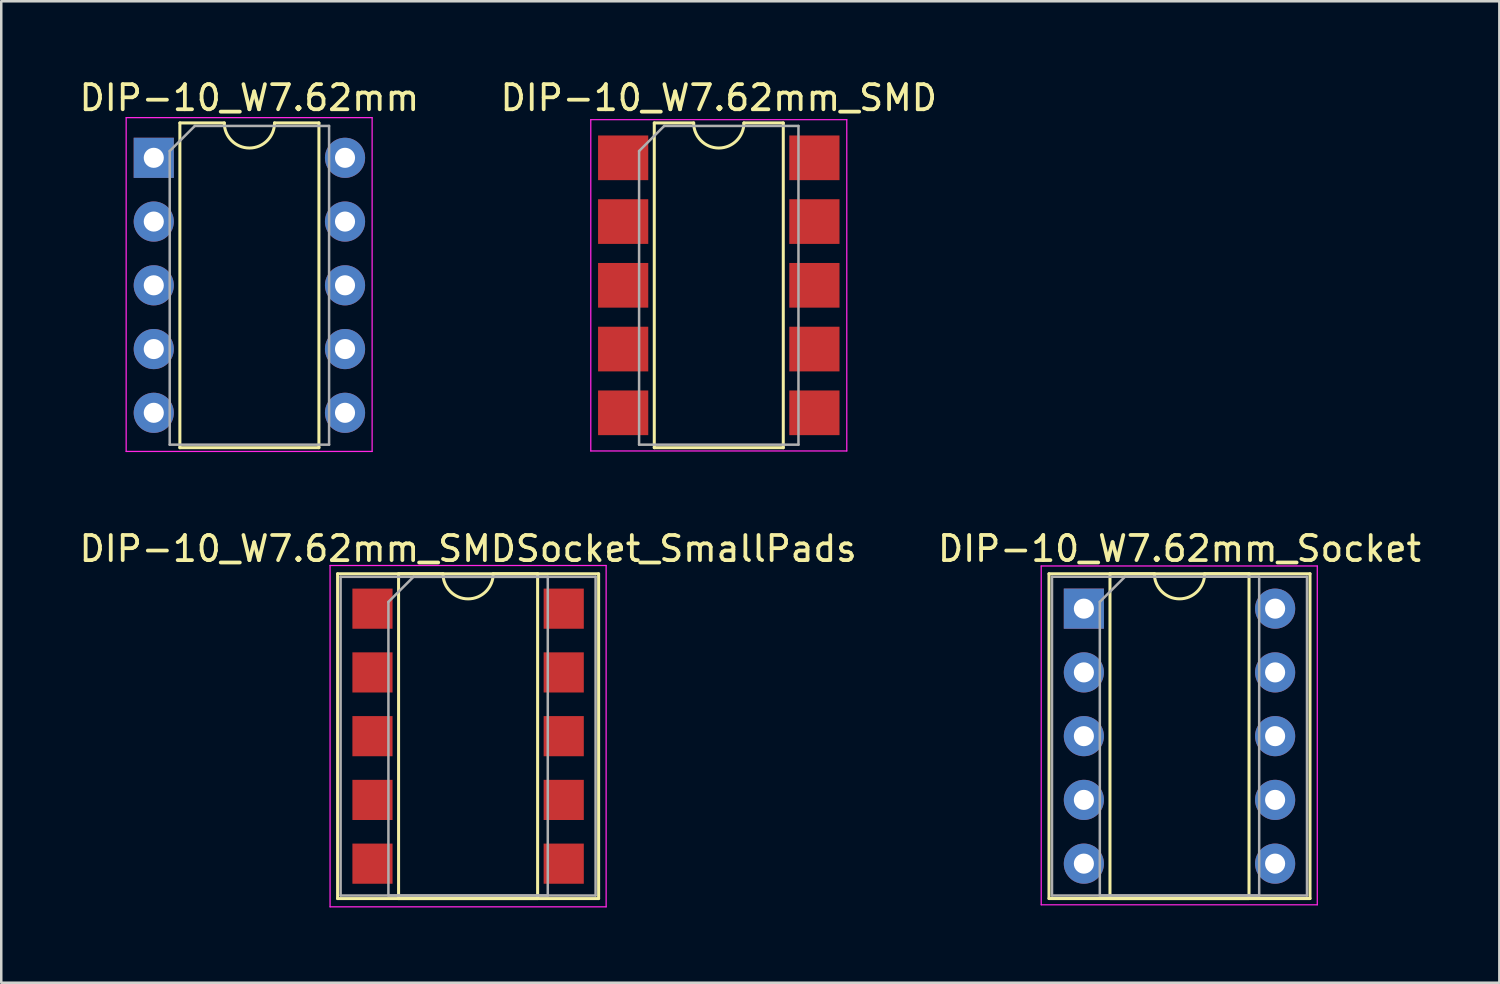
<source format=kicad_pcb>
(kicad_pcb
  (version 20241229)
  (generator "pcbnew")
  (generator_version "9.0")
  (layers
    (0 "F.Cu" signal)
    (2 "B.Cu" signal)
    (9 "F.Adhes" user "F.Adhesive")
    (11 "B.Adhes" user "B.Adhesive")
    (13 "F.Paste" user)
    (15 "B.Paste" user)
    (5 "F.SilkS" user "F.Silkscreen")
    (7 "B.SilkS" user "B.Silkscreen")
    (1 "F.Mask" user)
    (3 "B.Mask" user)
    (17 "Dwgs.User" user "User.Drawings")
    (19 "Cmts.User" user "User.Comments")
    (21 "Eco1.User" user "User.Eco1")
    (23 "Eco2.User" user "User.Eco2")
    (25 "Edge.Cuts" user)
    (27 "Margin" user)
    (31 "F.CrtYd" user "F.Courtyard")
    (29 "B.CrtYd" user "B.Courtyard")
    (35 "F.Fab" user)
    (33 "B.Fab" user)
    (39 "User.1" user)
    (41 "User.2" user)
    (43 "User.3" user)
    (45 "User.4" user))
  (footprint "DIP-10_W7.62mm_SMD"
    (layer "F.Cu")
    (at 25.589 8.318)
    (property "Reference" "DIP-10_W7.62mm_SMD" (at 0 -7.47 0) (layer "F.SilkS") (effects (font (size 1 1) (thickness 0.15))))
    (attr smd)
    (fp_line (start -2.57 -6.47) (end -2.57 6.47) (stroke (width 0.12) (type solid)) (layer "F.SilkS"))
    (fp_line (start -2.57 6.47) (end 2.57 6.47) (stroke (width 0.12) (type solid)) (layer "F.SilkS"))
    (fp_line (start -1 -6.47) (end -2.57 -6.47) (stroke (width 0.12) (type solid)) (layer "F.SilkS"))
    (fp_line (start 2.57 -6.47) (end 1 -6.47) (stroke (width 0.12) (type solid)) (layer "F.SilkS"))
    (fp_line (start 2.57 6.47) (end 2.57 -6.47) (stroke (width 0.12) (type solid)) (layer "F.SilkS"))
    (fp_arc (start 1 -6.47) (mid 0 -5.47) (end -1 -6.47) (stroke (width 0.12) (type solid)) (layer "F.SilkS"))
    (fp_line (start -5.1 -6.6) (end -5.1 6.6) (stroke (width 0.05) (type solid)) (layer "F.CrtYd"))
    (fp_line (start -5.1 6.6) (end 5.1 6.6) (stroke (width 0.05) (type solid)) (layer "F.CrtYd"))
    (fp_line (start 5.1 -6.6) (end -5.1 -6.6) (stroke (width 0.05) (type solid)) (layer "F.CrtYd"))
    (fp_line (start 5.1 6.6) (end 5.1 -6.6) (stroke (width 0.05) (type solid)) (layer "F.CrtYd"))
    (fp_line (start -3.175 -5.35) (end -2.175 -6.35) (stroke (width 0.1) (type solid)) (layer "F.Fab"))
    (fp_line (start -3.175 6.35) (end -3.175 -5.35) (stroke (width 0.1) (type solid)) (layer "F.Fab"))
    (fp_line (start -2.175 -6.35) (end 3.175 -6.35) (stroke (width 0.1) (type solid)) (layer "F.Fab"))
    (fp_line (start 3.175 -6.35) (end 3.175 6.35) (stroke (width 0.1) (type solid)) (layer "F.Fab"))
    (fp_line (start 3.175 6.35) (end -3.175 6.35) (stroke (width 0.1) (type solid)) (layer "F.Fab"))
    (pad "1" smd rect (at -3.81 -5.08) (size 2 1.78) (layers "F.Cu" "F.Mask"))
    (pad "2" smd rect (at -3.81 -2.54) (size 2 1.78) (layers "F.Cu" "F.Mask"))
    (pad "3" smd rect (at -3.81 0) (size 2 1.78) (layers "F.Cu" "F.Mask"))
    (pad "4" smd rect (at -3.81 2.54) (size 2 1.78) (layers "F.Cu" "F.Mask"))
    (pad "5" smd rect (at -3.81 5.08) (size 2 1.78) (layers "F.Cu" "F.Mask"))
    (pad "6" smd rect (at 3.81 5.08) (size 2 1.78) (layers "F.Cu" "F.Mask"))
    (pad "7" smd rect (at 3.81 2.54) (size 2 1.78) (layers "F.Cu" "F.Mask"))
    (pad "8" smd rect (at 3.81 0) (size 2 1.78) (layers "F.Cu" "F.Mask"))
    (pad "9" smd rect (at 3.81 -2.54) (size 2 1.78) (layers "F.Cu" "F.Mask"))
    (pad "10" smd rect (at 3.81 -5.08) (size 2 1.78) (layers "F.Cu" "F.Mask")))
  (footprint "DIP-10_W7.62mm_SMDSocket_SmallPads"
    (layer "F.Cu")
    (at 15.601 26.282)
    (property "Reference" "DIP-10_W7.62mm_SMDSocket_SmallPads" (at 0 -7.47 0) (layer "F.SilkS") (effects (font (size 1 1) (thickness 0.15))))
    (attr smd)
    (fp_line (start -5.2 -6.47) (end -5.2 6.47) (stroke (width 0.12) (type solid)) (layer "F.SilkS"))
    (fp_line (start -5.2 6.47) (end 5.2 6.47) (stroke (width 0.12) (type solid)) (layer "F.SilkS"))
    (fp_line (start -2.77 -6.47) (end -2.77 6.47) (stroke (width 0.12) (type solid)) (layer "F.SilkS"))
    (fp_line (start -2.77 6.47) (end 2.77 6.47) (stroke (width 0.12) (type solid)) (layer "F.SilkS"))
    (fp_line (start -1 -6.47) (end -2.77 -6.47) (stroke (width 0.12) (type solid)) (layer "F.SilkS"))
    (fp_line (start 2.77 -6.47) (end 1 -6.47) (stroke (width 0.12) (type solid)) (layer "F.SilkS"))
    (fp_line (start 2.77 6.47) (end 2.77 -6.47) (stroke (width 0.12) (type solid)) (layer "F.SilkS"))
    (fp_line (start 5.2 -6.47) (end -5.2 -6.47) (stroke (width 0.12) (type solid)) (layer "F.SilkS"))
    (fp_line (start 5.2 6.47) (end 5.2 -6.47) (stroke (width 0.12) (type solid)) (layer "F.SilkS"))
    (fp_arc (start 1 -6.47) (mid 0 -5.47) (end -1 -6.47) (stroke (width 0.12) (type solid)) (layer "F.SilkS"))
    (fp_line (start -5.5 -6.8) (end -5.5 6.8) (stroke (width 0.05) (type solid)) (layer "F.CrtYd"))
    (fp_line (start -5.5 6.8) (end 5.5 6.8) (stroke (width 0.05) (type solid)) (layer "F.CrtYd"))
    (fp_line (start 5.5 -6.8) (end -5.5 -6.8) (stroke (width 0.05) (type solid)) (layer "F.CrtYd"))
    (fp_line (start 5.5 6.8) (end 5.5 -6.8) (stroke (width 0.05) (type solid)) (layer "F.CrtYd"))
    (fp_line (start -5.08 -6.35) (end -5.08 6.35) (stroke (width 0.1) (type solid)) (layer "F.Fab"))
    (fp_line (start -5.08 6.35) (end 5.08 6.35) (stroke (width 0.1) (type solid)) (layer "F.Fab"))
    (fp_line (start -3.175 -5.35) (end -2.175 -6.35) (stroke (width 0.1) (type solid)) (layer "F.Fab"))
    (fp_line (start -3.175 6.35) (end -3.175 -5.35) (stroke (width 0.1) (type solid)) (layer "F.Fab"))
    (fp_line (start -2.175 -6.35) (end 3.175 -6.35) (stroke (width 0.1) (type solid)) (layer "F.Fab"))
    (fp_line (start 3.175 -6.35) (end 3.175 6.35) (stroke (width 0.1) (type solid)) (layer "F.Fab"))
    (fp_line (start 3.175 6.35) (end -3.175 6.35) (stroke (width 0.1) (type solid)) (layer "F.Fab"))
    (fp_line (start 5.08 -6.35) (end -5.08 -6.35) (stroke (width 0.1) (type solid)) (layer "F.Fab"))
    (fp_line (start 5.08 6.35) (end 5.08 -6.35) (stroke (width 0.1) (type solid)) (layer "F.Fab"))
    (pad "1" smd rect (at -3.81 -5.08) (size 1.6 1.6) (layers "F.Cu" "F.Mask"))
    (pad "2" smd rect (at -3.81 -2.54) (size 1.6 1.6) (layers "F.Cu" "F.Mask"))
    (pad "3" smd rect (at -3.81 0) (size 1.6 1.6) (layers "F.Cu" "F.Mask"))
    (pad "4" smd rect (at -3.81 2.54) (size 1.6 1.6) (layers "F.Cu" "F.Mask"))
    (pad "5" smd rect (at -3.81 5.08) (size 1.6 1.6) (layers "F.Cu" "F.Mask"))
    (pad "6" smd rect (at 3.81 5.08) (size 1.6 1.6) (layers "F.Cu" "F.Mask"))
    (pad "7" smd rect (at 3.81 2.54) (size 1.6 1.6) (layers "F.Cu" "F.Mask"))
    (pad "8" smd rect (at 3.81 0) (size 1.6 1.6) (layers "F.Cu" "F.Mask"))
    (pad "9" smd rect (at 3.81 -2.54) (size 1.6 1.6) (layers "F.Cu" "F.Mask"))
    (pad "10" smd rect (at 3.81 -5.08) (size 1.6 1.6) (layers "F.Cu" "F.Mask")))
  (footprint "DIP-10_W7.62mm"
    (layer "F.Cu")
    (at 3.077 3.238)
    (property "Reference" "DIP-10_W7.62mm" (at 3.81 -2.39 0) (layer "F.SilkS") (effects (font (size 1 1) (thickness 0.15))))
    (attr through_hole)
    (fp_line (start 1.04 -1.39) (end 1.04 11.55) (stroke (width 0.12) (type solid)) (layer "F.SilkS"))
    (fp_line (start 1.04 11.55) (end 6.58 11.55) (stroke (width 0.12) (type solid)) (layer "F.SilkS"))
    (fp_line (start 2.81 -1.39) (end 1.04 -1.39) (stroke (width 0.12) (type solid)) (layer "F.SilkS"))
    (fp_line (start 6.58 -1.39) (end 4.81 -1.39) (stroke (width 0.12) (type solid)) (layer "F.SilkS"))
    (fp_line (start 6.58 11.55) (end 6.58 -1.39) (stroke (width 0.12) (type solid)) (layer "F.SilkS"))
    (fp_arc (start 4.81 -1.39) (mid 3.81 -0.39) (end 2.81 -1.39) (stroke (width 0.12) (type solid)) (layer "F.SilkS"))
    (fp_line (start -1.1 -1.6) (end -1.1 11.7) (stroke (width 0.05) (type solid)) (layer "F.CrtYd"))
    (fp_line (start -1.1 11.7) (end 8.7 11.7) (stroke (width 0.05) (type solid)) (layer "F.CrtYd"))
    (fp_line (start 8.7 -1.6) (end -1.1 -1.6) (stroke (width 0.05) (type solid)) (layer "F.CrtYd"))
    (fp_line (start 8.7 11.7) (end 8.7 -1.6) (stroke (width 0.05) (type solid)) (layer "F.CrtYd"))
    (fp_line (start 0.635 -0.27) (end 1.635 -1.27) (stroke (width 0.1) (type solid)) (layer "F.Fab"))
    (fp_line (start 0.635 11.43) (end 0.635 -0.27) (stroke (width 0.1) (type solid)) (layer "F.Fab"))
    (fp_line (start 1.635 -1.27) (end 6.985 -1.27) (stroke (width 0.1) (type solid)) (layer "F.Fab"))
    (fp_line (start 6.985 -1.27) (end 6.985 11.43) (stroke (width 0.1) (type solid)) (layer "F.Fab"))
    (fp_line (start 6.985 11.43) (end 0.635 11.43) (stroke (width 0.1) (type solid)) (layer "F.Fab"))
    (pad "1" thru_hole rect (at 0 0) (size 1.6 1.6) (drill 0.8) (layers "*.Cu" "*.Mask"))
    (pad "2" thru_hole oval (at 0 2.54) (size 1.6 1.6) (drill 0.8) (layers "*.Cu" "*.Mask"))
    (pad "3" thru_hole oval (at 0 5.08) (size 1.6 1.6) (drill 0.8) (layers "*.Cu" "*.Mask"))
    (pad "4" thru_hole oval (at 0 7.62) (size 1.6 1.6) (drill 0.8) (layers "*.Cu" "*.Mask"))
    (pad "5" thru_hole oval (at 0 10.16) (size 1.6 1.6) (drill 0.8) (layers "*.Cu" "*.Mask"))
    (pad "6" thru_hole oval (at 7.62 10.16) (size 1.6 1.6) (drill 0.8) (layers "*.Cu" "*.Mask"))
    (pad "7" thru_hole oval (at 7.62 7.62) (size 1.6 1.6) (drill 0.8) (layers "*.Cu" "*.Mask"))
    (pad "8" thru_hole oval (at 7.62 5.08) (size 1.6 1.6) (drill 0.8) (layers "*.Cu" "*.Mask"))
    (pad "9" thru_hole oval (at 7.62 2.54) (size 1.6 1.6) (drill 0.8) (layers "*.Cu" "*.Mask"))
    (pad "10" thru_hole oval (at 7.62 0) (size 1.6 1.6) (drill 0.8) (layers "*.Cu" "*.Mask")))
  (footprint "DIP-10_W7.62mm_Socket"
    (layer "F.Cu")
    (at 40.136 21.201)
    (property "Reference" "DIP-10_W7.62mm_Socket" (at 3.81 -2.39 0) (layer "F.SilkS") (effects (font (size 1 1) (thickness 0.15))))
    (attr through_hole)
    (fp_line (start -1.39 -1.39) (end -1.39 11.55) (stroke (width 0.12) (type solid)) (layer "F.SilkS"))
    (fp_line (start -1.39 11.55) (end 9.01 11.55) (stroke (width 0.12) (type solid)) (layer "F.SilkS"))
    (fp_line (start 1.04 -1.39) (end 1.04 11.55) (stroke (width 0.12) (type solid)) (layer "F.SilkS"))
    (fp_line (start 1.04 11.55) (end 6.58 11.55) (stroke (width 0.12) (type solid)) (layer "F.SilkS"))
    (fp_line (start 2.81 -1.39) (end 1.04 -1.39) (stroke (width 0.12) (type solid)) (layer "F.SilkS"))
    (fp_line (start 6.58 -1.39) (end 4.81 -1.39) (stroke (width 0.12) (type solid)) (layer "F.SilkS"))
    (fp_line (start 6.58 11.55) (end 6.58 -1.39) (stroke (width 0.12) (type solid)) (layer "F.SilkS"))
    (fp_line (start 9.01 -1.39) (end -1.39 -1.39) (stroke (width 0.12) (type solid)) (layer "F.SilkS"))
    (fp_line (start 9.01 11.55) (end 9.01 -1.39) (stroke (width 0.12) (type solid)) (layer "F.SilkS"))
    (fp_arc (start 4.81 -1.39) (mid 3.81 -0.39) (end 2.81 -1.39) (stroke (width 0.12) (type solid)) (layer "F.SilkS"))
    (fp_line (start -1.7 -1.7) (end -1.7 11.8) (stroke (width 0.05) (type solid)) (layer "F.CrtYd"))
    (fp_line (start -1.7 11.8) (end 9.3 11.8) (stroke (width 0.05) (type solid)) (layer "F.CrtYd"))
    (fp_line (start 9.3 -1.7) (end -1.7 -1.7) (stroke (width 0.05) (type solid)) (layer "F.CrtYd"))
    (fp_line (start 9.3 11.8) (end 9.3 -1.7) (stroke (width 0.05) (type solid)) (layer "F.CrtYd"))
    (fp_line (start -1.27 -1.27) (end -1.27 11.43) (stroke (width 0.1) (type solid)) (layer "F.Fab"))
    (fp_line (start -1.27 11.43) (end 8.89 11.43) (stroke (width 0.1) (type solid)) (layer "F.Fab"))
    (fp_line (start 0.635 -0.27) (end 1.635 -1.27) (stroke (width 0.1) (type solid)) (layer "F.Fab"))
    (fp_line (start 0.635 11.43) (end 0.635 -0.27) (stroke (width 0.1) (type solid)) (layer "F.Fab"))
    (fp_line (start 1.635 -1.27) (end 6.985 -1.27) (stroke (width 0.1) (type solid)) (layer "F.Fab"))
    (fp_line (start 6.985 -1.27) (end 6.985 11.43) (stroke (width 0.1) (type solid)) (layer "F.Fab"))
    (fp_line (start 6.985 11.43) (end 0.635 11.43) (stroke (width 0.1) (type solid)) (layer "F.Fab"))
    (fp_line (start 8.89 -1.27) (end -1.27 -1.27) (stroke (width 0.1) (type solid)) (layer "F.Fab"))
    (fp_line (start 8.89 11.43) (end 8.89 -1.27) (stroke (width 0.1) (type solid)) (layer "F.Fab"))
    (pad "1" thru_hole rect (at 0 0) (size 1.6 1.6) (drill 0.8) (layers "*.Cu" "*.Mask"))
    (pad "2" thru_hole oval (at 0 2.54) (size 1.6 1.6) (drill 0.8) (layers "*.Cu" "*.Mask"))
    (pad "3" thru_hole oval (at 0 5.08) (size 1.6 1.6) (drill 0.8) (layers "*.Cu" "*.Mask"))
    (pad "4" thru_hole oval (at 0 7.62) (size 1.6 1.6) (drill 0.8) (layers "*.Cu" "*.Mask"))
    (pad "5" thru_hole oval (at 0 10.16) (size 1.6 1.6) (drill 0.8) (layers "*.Cu" "*.Mask"))
    (pad "6" thru_hole oval (at 7.62 10.16) (size 1.6 1.6) (drill 0.8) (layers "*.Cu" "*.Mask"))
    (pad "7" thru_hole oval (at 7.62 7.62) (size 1.6 1.6) (drill 0.8) (layers "*.Cu" "*.Mask"))
    (pad "8" thru_hole oval (at 7.62 5.08) (size 1.6 1.6) (drill 0.8) (layers "*.Cu" "*.Mask"))
    (pad "9" thru_hole oval (at 7.62 2.54) (size 1.6 1.6) (drill 0.8) (layers "*.Cu" "*.Mask"))
    (pad "10" thru_hole oval (at 7.62 0) (size 1.6 1.6) (drill 0.8) (layers "*.Cu" "*.Mask")))
  (gr_rect
    (start -3 -3)
    (end 56.69 36.106)
    (stroke (width 0.1) (type default))
    (fill no)
    (layer "Edge.Cuts")))
</source>
